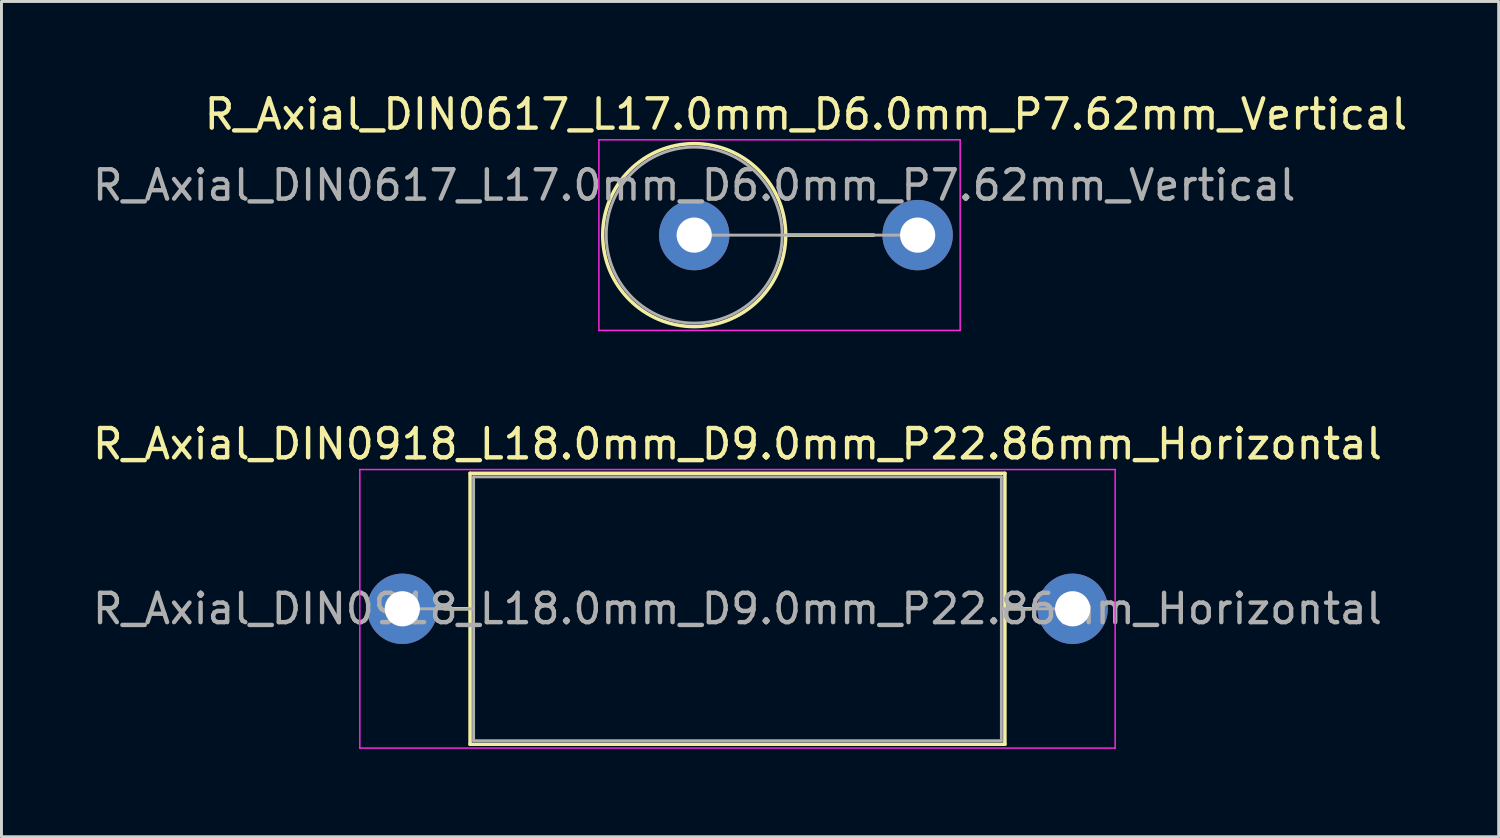
<source format=kicad_pcb>
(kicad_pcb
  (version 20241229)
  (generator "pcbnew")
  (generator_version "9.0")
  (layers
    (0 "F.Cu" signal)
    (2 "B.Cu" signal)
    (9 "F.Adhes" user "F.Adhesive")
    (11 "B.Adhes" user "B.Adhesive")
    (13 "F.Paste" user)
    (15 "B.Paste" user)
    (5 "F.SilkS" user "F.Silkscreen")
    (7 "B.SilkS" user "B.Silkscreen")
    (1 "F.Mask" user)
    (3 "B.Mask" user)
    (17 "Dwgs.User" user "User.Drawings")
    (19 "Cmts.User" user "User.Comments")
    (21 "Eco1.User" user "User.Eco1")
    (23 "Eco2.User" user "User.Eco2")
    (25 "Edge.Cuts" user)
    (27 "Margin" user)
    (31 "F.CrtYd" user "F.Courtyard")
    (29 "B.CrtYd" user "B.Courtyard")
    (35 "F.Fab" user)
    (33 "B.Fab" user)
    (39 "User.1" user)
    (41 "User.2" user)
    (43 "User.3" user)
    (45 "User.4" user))
  (footprint "R_Axial_DIN0617_L17.0mm_D6.0mm_P7.62mm_Vertical"
    (layer "F.Cu")
    (at 20.625 4.968)
    (property "Reference" "R_Axial_DIN0617_L17.0mm_D6.0mm_P7.62mm_Vertical" (at 3.81 -4.12 0) (layer "F.SilkS") (effects (font (size 1 1) (thickness 0.15))))
    (attr through_hole)
    (fp_line (start 3.12 0) (end 6.12 0) (stroke (width 0.12) (type solid)) (layer "F.SilkS"))
    (fp_circle (center 0 0) (end 3.12 0) (stroke (width 0.12) (type solid)) (fill no) (layer "F.SilkS"))
    (fp_line (start -3.25 -3.25) (end -3.25 3.25) (stroke (width 0.05) (type solid)) (layer "F.CrtYd"))
    (fp_line (start -3.25 3.25) (end 9.07 3.25) (stroke (width 0.05) (type solid)) (layer "F.CrtYd"))
    (fp_line (start 9.07 -3.25) (end -3.25 -3.25) (stroke (width 0.05) (type solid)) (layer "F.CrtYd"))
    (fp_line (start 9.07 3.25) (end 9.07 -3.25) (stroke (width 0.05) (type solid)) (layer "F.CrtYd"))
    (fp_line (start 0 0) (end 7.62 0) (stroke (width 0.1) (type solid)) (layer "F.Fab"))
    (fp_circle (center 0 0) (end 3 0) (stroke (width 0.1) (type solid)) (fill no) (layer "F.Fab"))
    (fp_text user "${REFERENCE}" (at 0 -1.7 0) (layer "F.Fab") (effects (font (size 1 1) (thickness 0.15))))
    (pad "1" thru_hole circle (at 0 0) (size 2.4 2.4) (drill 1.2) (layers "*.Cu" "*.Mask"))
    (pad "2" thru_hole oval (at 7.62 0) (size 2.4 2.4) (drill 1.2) (layers "*.Cu" "*.Mask")))
  (footprint "R_Axial_DIN0918_L18.0mm_D9.0mm_P22.86mm_Horizontal"
    (layer "F.Cu")
    (at 10.671 17.712)
    (property "Reference" "R_Axial_DIN0918_L18.0mm_D9.0mm_P22.86mm_Horizontal" (at 11.43 -5.62 0) (layer "F.SilkS") (effects (font (size 1 1) (thickness 0.15))))
    (attr through_hole)
    (fp_line (start 1.44 0) (end 2.31 0) (stroke (width 0.12) (type solid)) (layer "F.SilkS"))
    (fp_line (start 2.31 -4.62) (end 2.31 4.62) (stroke (width 0.12) (type solid)) (layer "F.SilkS"))
    (fp_line (start 2.31 4.62) (end 20.55 4.62) (stroke (width 0.12) (type solid)) (layer "F.SilkS"))
    (fp_line (start 20.55 -4.62) (end 2.31 -4.62) (stroke (width 0.12) (type solid)) (layer "F.SilkS"))
    (fp_line (start 20.55 4.62) (end 20.55 -4.62) (stroke (width 0.12) (type solid)) (layer "F.SilkS"))
    (fp_line (start 21.42 0) (end 20.55 0) (stroke (width 0.12) (type solid)) (layer "F.SilkS"))
    (fp_line (start -1.45 -4.75) (end -1.45 4.75) (stroke (width 0.05) (type solid)) (layer "F.CrtYd"))
    (fp_line (start -1.45 4.75) (end 24.31 4.75) (stroke (width 0.05) (type solid)) (layer "F.CrtYd"))
    (fp_line (start 24.31 -4.75) (end -1.45 -4.75) (stroke (width 0.05) (type solid)) (layer "F.CrtYd"))
    (fp_line (start 24.31 4.75) (end 24.31 -4.75) (stroke (width 0.05) (type solid)) (layer "F.CrtYd"))
    (fp_line (start 0 0) (end 2.43 0) (stroke (width 0.1) (type solid)) (layer "F.Fab"))
    (fp_line (start 2.43 -4.5) (end 2.43 4.5) (stroke (width 0.1) (type solid)) (layer "F.Fab"))
    (fp_line (start 2.43 4.5) (end 20.43 4.5) (stroke (width 0.1) (type solid)) (layer "F.Fab"))
    (fp_line (start 20.43 -4.5) (end 2.43 -4.5) (stroke (width 0.1) (type solid)) (layer "F.Fab"))
    (fp_line (start 20.43 4.5) (end 20.43 -4.5) (stroke (width 0.1) (type solid)) (layer "F.Fab"))
    (fp_line (start 22.86 0) (end 20.43 0) (stroke (width 0.1) (type solid)) (layer "F.Fab"))
    (fp_text user "${REFERENCE}" (at 11.43 0 0) (layer "F.Fab") (effects (font (size 1 1) (thickness 0.15))))
    (pad "1" thru_hole circle (at 0 0) (size 2.4 2.4) (drill 1.2) (layers "*.Cu" "*.Mask"))
    (pad "2" thru_hole oval (at 22.86 0) (size 2.4 2.4) (drill 1.2) (layers "*.Cu" "*.Mask")))
  (gr_rect
    (start -3 -3)
    (end 48.06 25.486)
    (stroke (width 0.1) (type default))
    (fill no)
    (layer "Edge.Cuts")))
</source>
